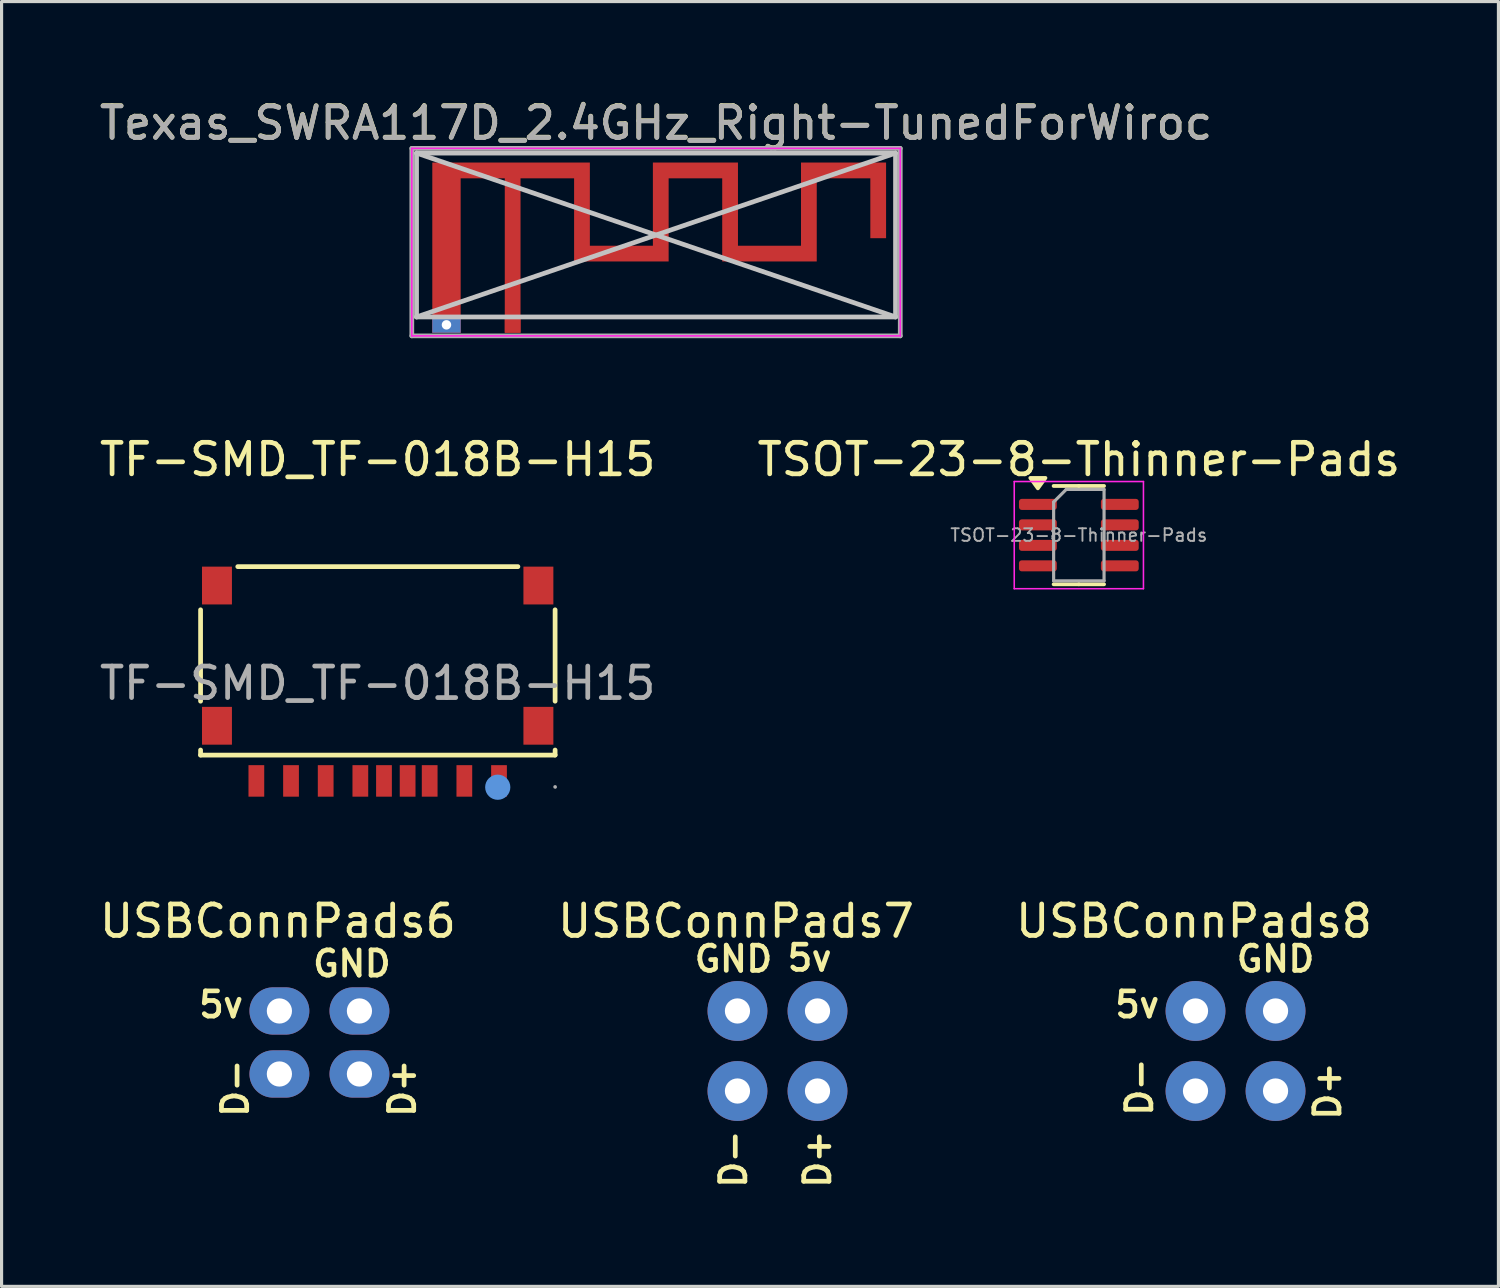
<source format=kicad_pcb>
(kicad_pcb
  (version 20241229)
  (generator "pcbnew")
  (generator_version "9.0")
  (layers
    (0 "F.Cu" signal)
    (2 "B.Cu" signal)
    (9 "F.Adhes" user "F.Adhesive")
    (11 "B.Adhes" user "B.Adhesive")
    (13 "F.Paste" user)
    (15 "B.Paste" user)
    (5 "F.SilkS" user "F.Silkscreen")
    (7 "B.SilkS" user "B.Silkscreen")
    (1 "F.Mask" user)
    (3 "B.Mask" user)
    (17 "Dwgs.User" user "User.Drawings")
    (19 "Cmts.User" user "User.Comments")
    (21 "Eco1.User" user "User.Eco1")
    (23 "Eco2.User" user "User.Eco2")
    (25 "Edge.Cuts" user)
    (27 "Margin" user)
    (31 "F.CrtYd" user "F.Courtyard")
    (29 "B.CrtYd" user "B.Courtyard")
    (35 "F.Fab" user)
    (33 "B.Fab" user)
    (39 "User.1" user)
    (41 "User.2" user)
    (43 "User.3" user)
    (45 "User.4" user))
  (footprint "TSOT-23-8-Thinner-Pads"
    (layer "F.Cu")
    (at 31.185 13.931)
    (property "Reference" "TSOT-23-8-Thinner-Pads" (at 0 -2.4 0) (layer "F.SilkS") (effects (font (size 1 1) (thickness 0.15))))
    (attr smd)
    (fp_line (start 0 -1.56) (end -0.8 -1.56) (stroke (width 0.12) (type solid)) (layer "F.SilkS"))
    (fp_line (start 0 -1.56) (end 0.8 -1.56) (stroke (width 0.12) (type solid)) (layer "F.SilkS"))
    (fp_line (start 0 1.56) (end -0.8 1.56) (stroke (width 0.12) (type solid)) (layer "F.SilkS"))
    (fp_line (start 0 1.56) (end 0.8 1.56) (stroke (width 0.12) (type solid)) (layer "F.SilkS"))
    (fp_poly (pts (xy -1.3 -1.485) (xy -1.54 -1.815) (xy -1.06 -1.815) (xy -1.3 -1.485)) (stroke (width 0.12) (type solid)) (fill yes) (layer "F.SilkS"))
    (fp_line (start -2.05 -1.7) (end -2.05 1.7) (stroke (width 0.05) (type solid)) (layer "F.CrtYd"))
    (fp_line (start -2.05 1.7) (end 2.05 1.7) (stroke (width 0.05) (type solid)) (layer "F.CrtYd"))
    (fp_line (start 2.05 -1.7) (end -2.05 -1.7) (stroke (width 0.05) (type solid)) (layer "F.CrtYd"))
    (fp_line (start 2.05 1.7) (end 2.05 -1.7) (stroke (width 0.05) (type solid)) (layer "F.CrtYd"))
    (fp_line (start -0.8 -1.05) (end -0.4 -1.45) (stroke (width 0.1) (type solid)) (layer "F.Fab"))
    (fp_line (start -0.8 1.45) (end -0.8 -1.05) (stroke (width 0.1) (type solid)) (layer "F.Fab"))
    (fp_line (start -0.4 -1.45) (end 0.8 -1.45) (stroke (width 0.1) (type solid)) (layer "F.Fab"))
    (fp_line (start 0.8 -1.45) (end 0.8 1.45) (stroke (width 0.1) (type solid)) (layer "F.Fab"))
    (fp_line (start 0.8 1.45) (end -0.8 1.45) (stroke (width 0.1) (type solid)) (layer "F.Fab"))
    (fp_text user "${REFERENCE}" (at 0 0 0) (layer "F.Fab") (effects (font (size 0.4 0.4) (thickness 0.06))))
    (pad "1" smd roundrect (at -1.3 -0.975) (size 1.2 0.35) (layers "F.Cu" "F.Mask" "F.Paste") (roundrect_rratio 0.25))
    (pad "2" smd roundrect (at -1.3 -0.325) (size 1.2 0.35) (layers "F.Cu" "F.Mask" "F.Paste") (roundrect_rratio 0.25))
    (pad "3" smd roundrect (at -1.3 0.325) (size 1.2 0.35) (layers "F.Cu" "F.Mask" "F.Paste") (roundrect_rratio 0.25))
    (pad "4" smd roundrect (at -1.3 0.975) (size 1.2 0.35) (layers "F.Cu" "F.Mask" "F.Paste") (roundrect_rratio 0.25))
    (pad "5" smd roundrect (at 1.3 0.975) (size 1.2 0.35) (layers "F.Cu" "F.Mask" "F.Paste") (roundrect_rratio 0.25))
    (pad "6" smd roundrect (at 1.3 0.325) (size 1.2 0.35) (layers "F.Cu" "F.Mask" "F.Paste") (roundrect_rratio 0.25))
    (pad "7" smd roundrect (at 1.3 -0.325) (size 1.2 0.35) (layers "F.Cu" "F.Mask" "F.Paste") (roundrect_rratio 0.25))
    (pad "8" smd roundrect (at 1.3 -0.975) (size 1.2 0.35) (layers "F.Cu" "F.Mask" "F.Paste") (roundrect_rratio 0.25)))
  (footprint "USBConnPads6"
    (layer "F.Cu")
    (at 5.816 29.031)
    (property "Reference" "USBConnPads6" (at -0.048 -2.851 0) (layer "F.SilkS") (effects (font (size 1 1) (thickness 0.15))))
    (attr through_hole)
    (fp_text user "D-" (at -1.4 2.45 90) (layer "F.SilkS") (effects (font (size 0.8 0.8) (thickness 0.15))))
    (fp_text user "D+" (at 3.9 2.45 90) (layer "F.SilkS") (effects (font (size 0.8 0.8) (thickness 0.15))))
    (fp_text user "GND" (at 2.3 -1.5 180) (layer "F.SilkS") (effects (font (size 0.8 0.8) (thickness 0.15))))
    (fp_text user "5v" (at -1.85 -0.2 180) (layer "F.SilkS") (effects (font (size 0.8 0.8) (thickness 0.15))))
    (pad "1" thru_hole oval (at 0 0) (size 1.9 1.5) (drill 0.8) (layers "*.Cu" "*.Mask"))
    (pad "2" thru_hole oval (at 0 2) (size 1.9 1.5) (drill 0.8) (layers "*.Cu" "*.Mask"))
    (pad "3" thru_hole oval (at 2.54 2) (size 1.9 1.5) (drill 0.8) (layers "*.Cu" "*.Mask"))
    (pad "4" thru_hole oval (at 2.54 0) (size 1.9 1.5) (drill 0.8) (layers "*.Cu" "*.Mask")))
  (footprint "USBConnPads7"
    (layer "F.Cu")
    (at 20.352 29.031)
    (property "Reference" "USBConnPads7" (at -0.048 -2.851 0) (layer "F.SilkS") (effects (font (size 1 1) (thickness 0.15))))
    (attr through_hole)
    (fp_text user "GND" (at -0.127 -1.651 180) (layer "F.SilkS") (effects (font (size 0.8 0.8) (thickness 0.15))))
    (fp_text user "D-" (at -0.127 4.699 90) (layer "F.SilkS") (effects (font (size 0.8 0.8) (thickness 0.15))))
    (fp_text user "5v" (at 2.289 -1.682 180) (layer "F.SilkS") (effects (font (size 0.8 0.8) (thickness 0.15))))
    (fp_text user "D+" (at 2.54 4.699 90) (layer "F.SilkS") (effects (font (size 0.8 0.8) (thickness 0.15))))
    (pad "1" thru_hole oval (at 2.54 0) (size 1.9 1.9) (drill 0.8) (layers "*.Cu" "*.Mask"))
    (pad "2" thru_hole oval (at 0 2.54) (size 1.9 1.9) (drill 0.8) (layers "*.Cu" "*.Mask"))
    (pad "3" thru_hole oval (at 2.54 2.54) (size 1.9 1.9) (drill 0.8) (layers "*.Cu" "*.Mask"))
    (pad "4" thru_hole oval (at 0 0) (size 1.9 1.9) (drill 0.8) (layers "*.Cu" "*.Mask")))
  (footprint "TF-SMD_TF-018B-H15"
    (layer "F.Cu")
    (at 8.935 18.631)
    (property "Reference" "TF-SMD_TF-018B-H15" (at 0 -7.1 0) (layer "F.SilkS") (effects (font (size 1 1) (thickness 0.15))))
    (attr through_hole)
    (fp_line (start -5.62 0.57) (end -5.62 -2.33) (stroke (width 0.15) (type solid)) (layer "F.SilkS"))
    (fp_line (start -5.62 2.28) (end -5.62 2.12) (stroke (width 0.15) (type solid)) (layer "F.SilkS"))
    (fp_line (start 4.45 -3.7) (end -4.44 -3.7) (stroke (width 0.15) (type solid)) (layer "F.SilkS"))
    (fp_line (start 5.63 0.57) (end 5.63 -2.33) (stroke (width 0.15) (type solid)) (layer "F.SilkS"))
    (fp_line (start 5.63 2.28) (end -5.62 2.28) (stroke (width 0.15) (type solid)) (layer "F.SilkS"))
    (fp_line (start 5.63 2.28) (end 5.63 2.12) (stroke (width 0.15) (type solid)) (layer "F.SilkS"))
    (fp_circle (center 3.81 3.3) (end 4.01 3.3) (stroke (width 0.4) (type solid)) (fill no) (layer "Cmts.User"))
    (fp_circle (center 5.63 3.29) (end 5.66 3.29) (stroke (width 0.06) (type solid)) (fill no) (layer "F.Fab"))
    (fp_text user "${REFERENCE}" (at 0 0 0) (layer "F.Fab") (effects (font (size 1 1) (thickness 0.15))))
    (pad "1" smd rect (at 3.85 3.1) (size 0.5 1) (layers "F.Cu" "F.Mask" "F.Paste"))
    (pad "2" smd rect (at 2.75 3.1) (size 0.5 1) (layers "F.Cu" "F.Mask" "F.Paste"))
    (pad "3" smd rect (at 1.65 3.1) (size 0.5 1) (layers "F.Cu" "F.Mask" "F.Paste"))
    (pad "4" smd rect (at 0.95 3.1) (size 0.5 1) (layers "F.Cu" "F.Mask" "F.Paste"))
    (pad "5" smd rect (at -0.55 3.1) (size 0.5 1) (layers "F.Cu" "F.Mask" "F.Paste"))
    (pad "6" smd rect (at -1.65 3.1) (size 0.5 1) (layers "F.Cu" "F.Mask" "F.Paste"))
    (pad "7" smd rect (at -2.75 3.1) (size 0.5 1) (layers "F.Cu" "F.Mask" "F.Paste"))
    (pad "8" smd rect (at -3.85 3.1) (size 0.5 1) (layers "F.Cu" "F.Mask" "F.Paste"))
    (pad "9" smd rect (at 0.2 3.1) (size 0.5 1) (layers "F.Cu" "F.Mask" "F.Paste"))
    (pad "10" smd rect (at -5.1 -3.1) (size 0.95 1.2) (layers "F.Cu" "F.Mask" "F.Paste"))
    (pad "10" smd rect (at -5.1 1.35) (size 0.95 1.2) (layers "F.Cu" "F.Mask" "F.Paste"))
    (pad "10" smd rect (at 5.1 -3.1) (size 0.95 1.2) (layers "F.Cu" "F.Mask" "F.Paste"))
    (pad "10" smd rect (at 5.1 1.35) (size 0.95 1.2) (layers "F.Cu" "F.Mask" "F.Paste")))
  (footprint "Texas_SWRA117D_2.4GHz_Right-TunedForWiroc"
    (layer "F.Cu")
    (at 13.218 7.258)
    (property "Reference" "Texas_SWRA117D_2.4GHz_Right-TunedForWiroc" (at 4.55 -6.41 0) (layer "F.SilkS") (effects (font (size 1 1) (thickness 0.15))))
    (attr exclude_from_pos_files exclude_from_bom)
    (fp_poly (pts (xy 2.45 -2.51) (xy 4.45 -2.51) (xy 4.45 -5.15) (xy 7.15 -5.15) (xy 7.15 -2.51) (xy 9.15 -2.51) (xy 9.15 -5.15) (xy 11.85 -5.15) (xy 11.85 -2.75) (xy 11.35 -2.75) (xy 11.35 -4.65) (xy 9.65 -4.65) (xy 9.65 -2.01) (xy 6.65 -2.01) (xy 6.65 -4.65) (xy 4.95 -4.65) (xy 4.95 -2.01) (xy 1.95 -2.01) (xy 1.95 -4.65) (xy 0.25 -4.65) (xy 0.25 0.25) (xy -0.25 0.25) (xy -0.25 -4.65) (xy -1.65 -4.65) (xy -1.65 0.25) (xy -2.55 0.25) (xy -2.55 0.007) (xy -2.248 0.007) (xy -2.238 0.054) (xy -2.214 0.097) (xy -2.176 0.13) (xy -2.168 0.134) (xy -2.125 0.146) (xy -2.077 0.145) (xy -2.031 0.132) (xy -2.013 0.122) (xy -1.979 0.087) (xy -1.958 0.041) (xy -1.952 -0.008) (xy -1.96 -0.056) (xy -1.977 -0.089) (xy -2.012 -0.121) (xy -2.058 -0.141) (xy -2.107 -0.148) (xy -2.155 -0.14) (xy -2.188 -0.123) (xy -2.223 -0.086) (xy -2.243 -0.042) (xy -2.248 0.007) (xy -2.55 0.007) (xy -2.55 -5.15) (xy 2.45 -5.15) (xy 2.45 -2.51)) (stroke (width 0) (type solid)) (fill yes) (layer "F.Cu"))
    (fp_line (start -3.05 -5.45) (end 12.15 -5.45) (stroke (width 0.15) (type solid)) (layer "Dwgs.User"))
    (fp_line (start -3.05 -5.45) (end 12.15 -0.25) (stroke (width 0.15) (type solid)) (layer "Dwgs.User"))
    (fp_line (start -3.05 -0.25) (end -3.05 -5.45) (stroke (width 0.15) (type solid)) (layer "Dwgs.User"))
    (fp_line (start -3.05 -0.25) (end 12.15 -5.45) (stroke (width 0.15) (type solid)) (layer "Dwgs.User"))
    (fp_line (start -3.05 -0.25) (end 12.15 -0.25) (stroke (width 0.15) (type solid)) (layer "Dwgs.User"))
    (fp_line (start 12.15 -0.25) (end 12.15 -5.45) (stroke (width 0.15) (type solid)) (layer "Dwgs.User"))
    (fp_line (start -3.2 -5.6) (end 12.3 -5.6) (stroke (width 0.05) (type solid)) (layer "F.CrtYd"))
    (fp_line (start -3.2 0.35) (end -3.2 -5.6) (stroke (width 0.05) (type solid)) (layer "F.CrtYd"))
    (fp_line (start 12.3 -5.6) (end 12.3 0.35) (stroke (width 0.05) (type solid)) (layer "F.CrtYd"))
    (fp_line (start 12.3 0.35) (end -3.2 0.35) (stroke (width 0.05) (type solid)) (layer "F.CrtYd"))
    (fp_line (start -3.2 -5.6) (end 12.3 -5.6) (stroke (width 0.15) (type solid)) (layer "F.Fab"))
    (fp_line (start -3.2 0.35) (end -3.2 -5.6) (stroke (width 0.15) (type solid)) (layer "F.Fab"))
    (fp_line (start 12.3 -5.6) (end 12.3 0.35) (stroke (width 0.15) (type solid)) (layer "F.Fab"))
    (fp_line (start 12.3 0.35) (end -3.2 0.35) (stroke (width 0.15) (type solid)) (layer "F.Fab"))
    (fp_text user "${REFERENCE}" (at 4.55 -6.4 0) (layer "F.Fab") (effects (font (size 1 1) (thickness 0.15))))
    (pad "1" connect rect (at 0 0) (size 0.5 0.5) (layers "F.Cu"))
    (pad "2" thru_hole rect (at -2.1 0) (size 0.9 0.5) (drill 0.3) (layers "*.Cu")))
  (footprint "USBConnPads8"
    (layer "F.Cu")
    (at 34.887 29.031)
    (property "Reference" "USBConnPads8" (at -0.048 -2.851 0) (layer "F.SilkS") (effects (font (size 1 1) (thickness 0.15))))
    (attr through_hole)
    (fp_text user "5v" (at -1.85 -0.2 180) (layer "F.SilkS") (effects (font (size 0.8 0.8) (thickness 0.15))))
    (fp_text user "GND" (at 2.54 -1.651 180) (layer "F.SilkS") (effects (font (size 0.8 0.8) (thickness 0.15))))
    (fp_text user "D-" (at -1.778 2.413 90) (layer "F.SilkS") (effects (font (size 0.8 0.8) (thickness 0.15))))
    (fp_text user "D+" (at 4.191 2.54 90) (layer "F.SilkS") (effects (font (size 0.8 0.8) (thickness 0.15))))
    (pad "1" thru_hole oval (at 0 0) (size 1.9 1.9) (drill 0.8) (layers "*.Cu" "*.Mask"))
    (pad "2" thru_hole oval (at 0 2.54) (size 1.9 1.9) (drill 0.8) (layers "*.Cu" "*.Mask"))
    (pad "3" thru_hole oval (at 2.54 2.54) (size 1.9 1.9) (drill 0.8) (layers "*.Cu" "*.Mask"))
    (pad "4" thru_hole oval (at 2.54 0) (size 1.9 1.9) (drill 0.8) (layers "*.Cu" "*.Mask")))
  (gr_rect
    (start -3 -3)
    (end 44.5 37.77)
    (stroke (width 0.1) (type default))
    (fill no)
    (layer "Edge.Cuts")))
</source>
